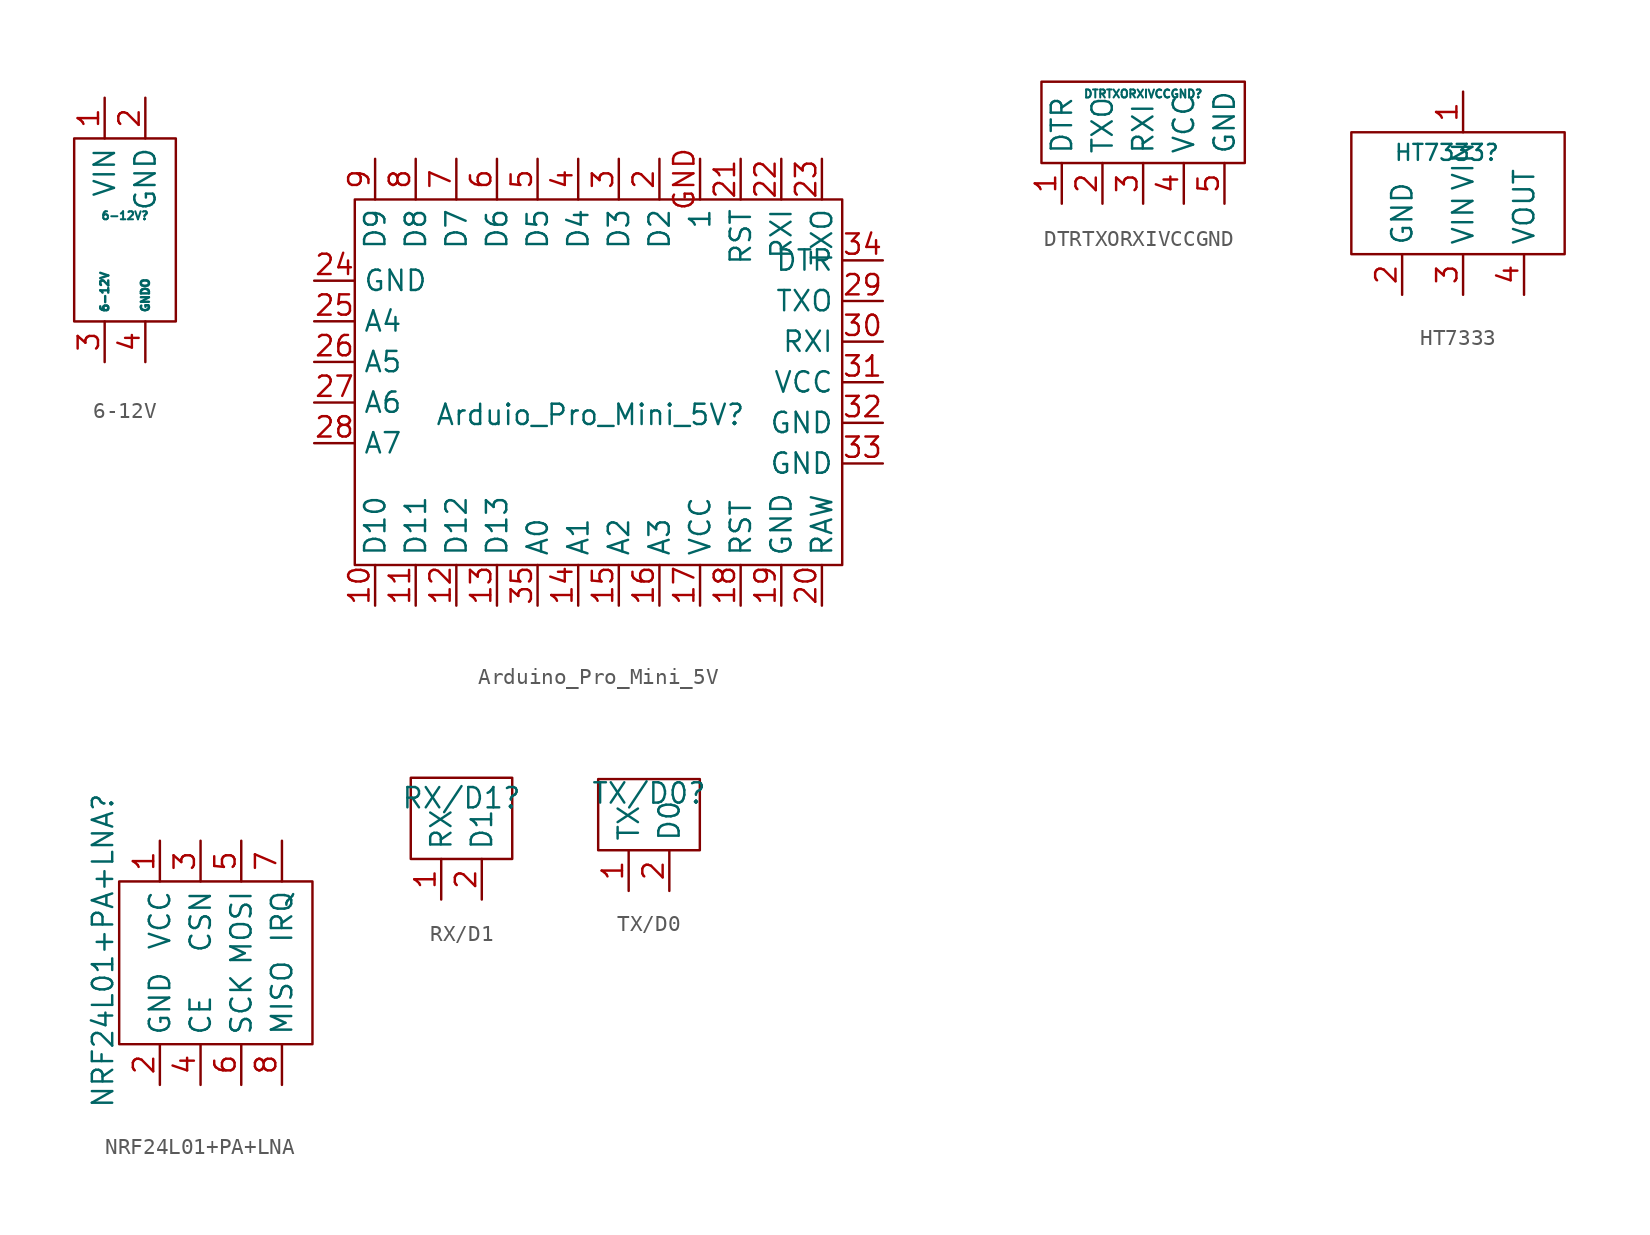
<source format=kicad_sym>
(kicad_symbol_lib
  (version 20231120)
  (generator "kicad_symbol_editor")
  (generator_version "8.0")
  (symbol "6-12V"
    (property "Reference" "6-12V"
      (at 0 -4.826 0)
      (effects (font (size 0.5 0.5))))
    (property "Value" ""
      (at 0 0 0)
      (effects (font (size 1.27 1.27))))
    (symbol "6-12V_0_1"
      (rectangle (start -3.175 0) (end 3.175 -11.43) (stroke (width 0) (type default)) (fill (type none))))
    (symbol "6-12V_1_1"
      (pin passive line (at -1.27 2.54 270) (length 2.54) (name "VIN" (effects (font (size 1.27 1.27)))) (number "1" (effects (font (size 1.27 1.27)))))
      (pin passive line (at 1.27 2.54 270) (length 2.54) (name "GND" (effects (font (size 1.27 1.27)))) (number "2" (effects (font (size 1.27 1.27)))))
      (pin passive line (at -1.27 -13.97 90) (length 2.54) (name "6-12V" (effects (font (size 0.5 0.5)))) (number "3" (effects (font (size 1.27 1.27)))))
      (pin passive line (at 1.27 -13.97 90) (length 2.54) (name "GNDO" (effects (font (size 0.5 0.5)))) (number "4" (effects (font (size 1.27 1.27)))))))
  (symbol "Arduino_Pro_Mini_5V"
    (property "Reference" "Arduio_Pro_Mini_5V"
      (at -6.858 -18.542 0)
      (effects (font (size 1.27 1.27))))
    (property "Value" ""
      (at 0 0 0)
      (effects (font (size 1.27 1.27))))
    (symbol "Arduino_Pro_Mini_5V_0_1"
      (rectangle (start -21.59 -5.08) (end 8.89 -27.94) (stroke (width 0) (type default)) (fill (type none))))
    (symbol "Arduino_Pro_Mini_5V_1_1"
      (pin passive line (at -20.32 -30.48 90) (length 2.54) (name "D10" (effects (font (size 1.27 1.27)))) (number "10" (effects (font (size 1.27 1.27)))))
      (pin passive line (at -17.78 -30.48 90) (length 2.54) (name "D11" (effects (font (size 1.27 1.27)))) (number "11" (effects (font (size 1.27 1.27)))))
      (pin passive line (at -15.24 -30.48 90) (length 2.54) (name "D12" (effects (font (size 1.27 1.27)))) (number "12" (effects (font (size 1.27 1.27)))))
      (pin passive line (at -12.7 -30.48 90) (length 2.54) (name "D13" (effects (font (size 1.27 1.27)))) (number "13" (effects (font (size 1.27 1.27)))))
      (pin passive line (at -7.62 -30.48 90) (length 2.54) (name "A1" (effects (font (size 1.27 1.27)))) (number "14" (effects (font (size 1.27 1.27)))))
      (pin passive line (at -5.08 -30.48 90) (length 2.54) (name "A2" (effects (font (size 1.27 1.27)))) (number "15" (effects (font (size 1.27 1.27)))))
      (pin passive line (at -2.54 -30.48 90) (length 2.54) (name "A3" (effects (font (size 1.27 1.27)))) (number "16" (effects (font (size 1.27 1.27)))))
      (pin passive line (at 0 -30.48 90) (length 2.54) (name "VCC" (effects (font (size 1.27 1.27)))) (number "17" (effects (font (size 1.27 1.27)))))
      (pin passive line (at 2.54 -30.48 90) (length 2.54) (name "RST" (effects (font (size 1.27 1.27)))) (number "18" (effects (font (size 1.27 1.27)))))
      (pin passive line (at 5.08 -30.48 90) (length 2.54) (name "GND" (effects (font (size 1.27 1.27)))) (number "19" (effects (font (size 1.27 1.27)))))
      (pin passive line (at -2.54 -2.54 270) (length 2.54) (name "D2" (effects (font (size 1.27 1.27)))) (number "2" (effects (font (size 1.27 1.27)))))
      (pin passive line (at 7.62 -30.48 90) (length 2.54) (name "RAW" (effects (font (size 1.27 1.27)))) (number "20" (effects (font (size 1.27 1.27)))))
      (pin passive line (at 2.54 -2.54 270) (length 2.54) (name "RST" (effects (font (size 1.27 1.27)))) (number "21" (effects (font (size 1.27 1.27)))))
      (pin passive line (at 5.08 -2.54 270) (length 2.54) (name "RXI" (effects (font (size 1.27 1.27)))) (number "22" (effects (font (size 1.27 1.27)))))
      (pin passive line (at 7.62 -2.54 270) (length 2.54) (name "TXO" (effects (font (size 1.27 1.27)))) (number "23" (effects (font (size 1.27 1.27)))))
      (pin passive line (at -24.13 -10.16 0) (length 2.54) (name "GND" (effects (font (size 1.27 1.27)))) (number "24" (effects (font (size 1.27 1.27)))))
      (pin passive line (at -24.13 -12.7 0) (length 2.54) (name "A4" (effects (font (size 1.27 1.27)))) (number "25" (effects (font (size 1.27 1.27)))))
      (pin passive line (at -24.13 -15.24 0) (length 2.54) (name "A5" (effects (font (size 1.27 1.27)))) (number "26" (effects (font (size 1.27 1.27)))))
      (pin passive line (at -24.13 -17.78 0) (length 2.54) (name "A6" (effects (font (size 1.27 1.27)))) (number "27" (effects (font (size 1.27 1.27)))))
      (pin passive line (at -24.13 -20.32 0) (length 2.54) (name "A7" (effects (font (size 1.27 1.27)))) (number "28" (effects (font (size 1.27 1.27)))))
      (pin passive line (at 11.43 -11.43 180) (length 2.54) (name "TXO" (effects (font (size 1.27 1.27)))) (number "29" (effects (font (size 1.27 1.27)))))
      (pin passive line (at -5.08 -2.54 270) (length 2.54) (name "D3" (effects (font (size 1.27 1.27)))) (number "3" (effects (font (size 1.27 1.27)))))
      (pin passive line (at 11.43 -13.97 180) (length 2.54) (name "RXI" (effects (font (size 1.27 1.27)))) (number "30" (effects (font (size 1.27 1.27)))))
      (pin passive line (at 11.43 -16.51 180) (length 2.54) (name "VCC" (effects (font (size 1.27 1.27)))) (number "31" (effects (font (size 1.27 1.27)))))
      (pin passive line (at 11.43 -19.05 180) (length 2.54) (name "GND" (effects (font (size 1.27 1.27)))) (number "32" (effects (font (size 1.27 1.27)))))
      (pin passive line (at 11.43 -21.59 180) (length 2.54) (name "GND" (effects (font (size 1.27 1.27)))) (number "33" (effects (font (size 1.27 1.27)))))
      (pin passive line (at 11.43 -8.89 180) (length 2.54) (name "DTR" (effects (font (size 1.27 1.27)))) (number "34" (effects (font (size 1.27 1.27)))))
      (pin passive line (at -10.16 -30.48 90) (length 2.54) (name "A0" (effects (font (size 1.27 1.27)))) (number "35" (effects (font (size 1.27 1.27)))))
      (pin passive line (at -7.62 -2.54 270) (length 2.54) (name "D4" (effects (font (size 1.27 1.27)))) (number "4" (effects (font (size 1.27 1.27)))))
      (pin passive line (at -10.16 -2.54 270) (length 2.54) (name "D5" (effects (font (size 1.27 1.27)))) (number "5" (effects (font (size 1.27 1.27)))))
      (pin passive line (at -12.7 -2.54 270) (length 2.54) (name "D6" (effects (font (size 1.27 1.27)))) (number "6" (effects (font (size 1.27 1.27)))))
      (pin passive line (at -15.24 -2.54 270) (length 2.54) (name "D7" (effects (font (size 1.27 1.27)))) (number "7" (effects (font (size 1.27 1.27)))))
      (pin passive line (at -17.78 -2.54 270) (length 2.54) (name "D8" (effects (font (size 1.27 1.27)))) (number "8" (effects (font (size 1.27 1.27)))))
      (pin passive line (at -20.32 -2.54 270) (length 2.54) (name "D9" (effects (font (size 1.27 1.27)))) (number "9" (effects (font (size 1.27 1.27)))))
      (pin passive line (at 0 -2.54 270) (length 2.54) (name "1" (effects (font (size 1.27 1.27)))) (number "GND" (effects (font (size 1.27 1.27)))))))
  (symbol "DTRTXORXIVCCGND"
    (property "Reference" "DTRTXORXIVCCGND"
      (at 0 -0.762 0)
      (effects (font (size 0.5 0.5))))
    (property "Value" ""
      (at 0 0 0)
      (effects (font (size 1.27 1.27))))
    (symbol "DTRTXORXIVCCGND_0_1"
      (rectangle (start -6.35 0) (end 6.35 -5.08) (stroke (width 0) (type default)) (fill (type none))))
    (symbol "DTRTXORXIVCCGND_1_1"
      (pin passive line (at -5.08 -7.62 90) (length 2.54) (name "DTR" (effects (font (size 1.27 1.27)))) (number "1" (effects (font (size 1.27 1.27)))))
      (pin passive line (at -2.54 -7.62 90) (length 2.54) (name "TXO" (effects (font (size 1.27 1.27)))) (number "2" (effects (font (size 1.27 1.27)))))
      (pin passive line (at 0 -7.62 90) (length 2.54) (name "RXI" (effects (font (size 1.27 1.27)))) (number "3" (effects (font (size 1.27 1.27)))))
      (pin passive line (at 2.54 -7.62 90) (length 2.54) (name "VCC" (effects (font (size 1.27 1.27)))) (number "4" (effects (font (size 1.27 1.27)))))
      (pin passive line (at 5.08 -7.62 90) (length 2.54) (name "GND" (effects (font (size 1.27 1.27)))) (number "5" (effects (font (size 1.27 1.27)))))))
  (symbol "HT7333"
    (property "Reference" "HT7333"
      (at -1.016 -2.54 0)
      (effects (font (size 1 1))))
    (property "Value" ""
      (at 0 0 0)
      (effects (font (size 1.27 1.27))))
    (symbol "HT7333_0_1"
      (rectangle (start -6.985 -1.27) (end 6.35 -8.89) (stroke (width 0) (type default)) (fill (type none))))
    (symbol "HT7333_1_1"
      (pin passive line (at 0 1.27 270) (length 2.54) (name "VIN" (effects (font (size 1.27 1.27)))) (number "1" (effects (font (size 1.27 1.27)))))
      (pin passive line (at -3.81 -11.43 90) (length 2.54) (name "GND" (effects (font (size 1.27 1.27)))) (number "2" (effects (font (size 1.27 1.27)))))
      (pin passive line (at 0 -11.43 90) (length 2.54) (name "VIN" (effects (font (size 1.27 1.27)))) (number "3" (effects (font (size 1.27 1.27)))))
      (pin passive line (at 3.81 -11.43 90) (length 2.54) (name "VOUT" (effects (font (size 1.27 1.27)))) (number "4" (effects (font (size 1.27 1.27)))))))
  (symbol "NRF24L01+PA+LNA"
    (property "Reference" "NRF24L01+PA+LNA"
      (at -7.366 -9.398 90)
      (effects (font (size 1.27 1.27))))
    (property "Value" ""
      (at 0 0 0)
      (effects (font (size 1.27 1.27))))
    (symbol "NRF24L01+PA+LNA_0_1"
      (rectangle (start -6.35 -15.24) (end 5.715 -5.08) (stroke (width 0) (type default)) (fill (type none))))
    (symbol "NRF24L01+PA+LNA_1_1"
      (pin passive line (at -3.81 -2.54 270) (length 2.54) (name "VCC" (effects (font (size 1.27 1.27)))) (number "1" (effects (font (size 1.27 1.27)))))
      (pin passive line (at -3.81 -17.78 90) (length 2.54) (name "GND" (effects (font (size 1.27 1.27)))) (number "2" (effects (font (size 1.27 1.27)))))
      (pin passive line (at -1.27 -2.54 270) (length 2.54) (name "CSN" (effects (font (size 1.27 1.27)))) (number "3" (effects (font (size 1.27 1.27)))))
      (pin passive line (at -1.27 -17.78 90) (length 2.54) (name "CE" (effects (font (size 1.27 1.27)))) (number "4" (effects (font (size 1.27 1.27)))))
      (pin passive line (at 1.27 -2.54 270) (length 2.54) (name "MOSI" (effects (font (size 1.27 1.27)))) (number "5" (effects (font (size 1.27 1.27)))))
      (pin passive line (at 1.27 -17.78 90) (length 2.54) (name "SCK" (effects (font (size 1.27 1.27)))) (number "6" (effects (font (size 1.27 1.27)))))
      (pin passive line (at 3.81 -2.54 270) (length 2.54) (name "IRQ" (effects (font (size 1.27 1.27)))) (number "7" (effects (font (size 1.27 1.27)))))
      (pin passive line (at 3.81 -17.78 90) (length 2.54) (name "MISO" (effects (font (size 1.27 1.27)))) (number "8" (effects (font (size 1.27 1.27)))))))
  (symbol "RX/D1"
    (property "Reference" "RX/D1"
      (at 0 0 0)
      (effects (font (size 1.27 1.27))))
    (property "Value" ""
      (at 0 0 0)
      (effects (font (size 1.27 1.27))))
    (symbol "RX/D1_0_1"
      (rectangle (start -3.175 1.27) (end 3.175 -3.81) (stroke (width 0) (type default)) (fill (type none))))
    (symbol "RX/D1_1_1"
      (pin passive line (at -1.27 -6.35 90) (length 2.54) (name "RX" (effects (font (size 1.27 1.27)))) (number "1" (effects (font (size 1.27 1.27)))))
      (pin passive line (at 1.27 -6.35 90) (length 2.54) (name "D1" (effects (font (size 1.27 1.27)))) (number "2" (effects (font (size 1.27 1.27)))))))
  (symbol "TX/D0"
    (property "Reference" "TX/D0"
      (at 0 1.016 0)
      (effects (font (size 1.27 1.27))))
    (property "Value" ""
      (at 0 0 0)
      (effects (font (size 1.27 1.27))))
    (symbol "TX/D0_0_1"
      (rectangle (start -3.175 1.905) (end 3.175 -2.54) (stroke (width 0) (type default)) (fill (type none))))
    (symbol "TX/D0_1_1"
      (pin passive line (at -1.27 -5.08 90) (length 2.54) (name "TX" (effects (font (size 1.27 1.27)))) (number "1" (effects (font (size 1.27 1.27)))))
      (pin passive line (at 1.27 -5.08 90) (length 2.54) (name "D0" (effects (font (size 1.27 1.27)))) (number "2" (effects (font (size 1.27 1.27))))))))
</source>
